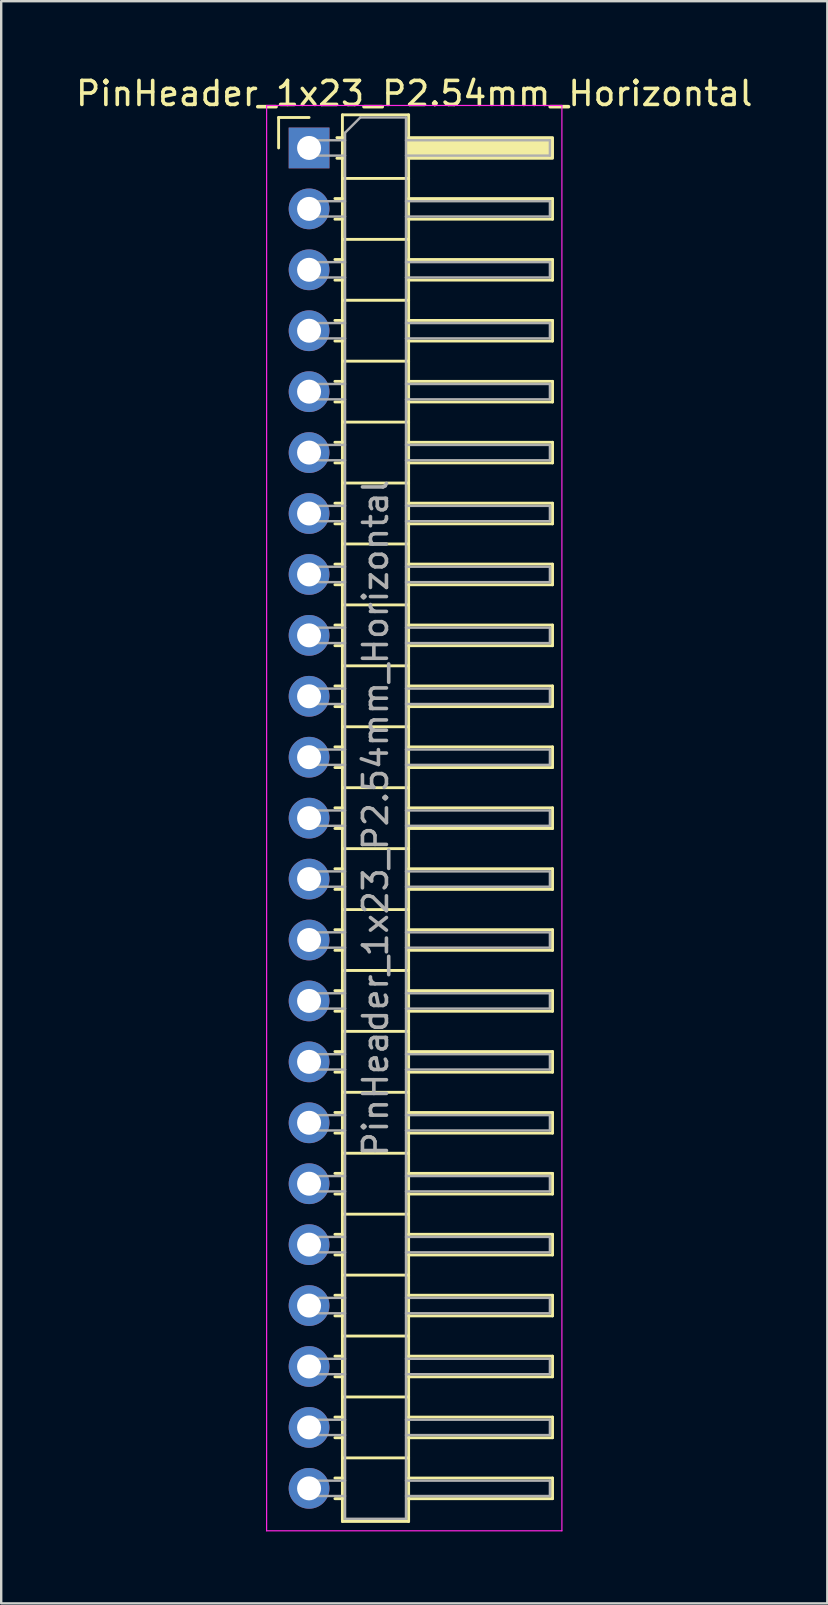
<source format=kicad_pcb>
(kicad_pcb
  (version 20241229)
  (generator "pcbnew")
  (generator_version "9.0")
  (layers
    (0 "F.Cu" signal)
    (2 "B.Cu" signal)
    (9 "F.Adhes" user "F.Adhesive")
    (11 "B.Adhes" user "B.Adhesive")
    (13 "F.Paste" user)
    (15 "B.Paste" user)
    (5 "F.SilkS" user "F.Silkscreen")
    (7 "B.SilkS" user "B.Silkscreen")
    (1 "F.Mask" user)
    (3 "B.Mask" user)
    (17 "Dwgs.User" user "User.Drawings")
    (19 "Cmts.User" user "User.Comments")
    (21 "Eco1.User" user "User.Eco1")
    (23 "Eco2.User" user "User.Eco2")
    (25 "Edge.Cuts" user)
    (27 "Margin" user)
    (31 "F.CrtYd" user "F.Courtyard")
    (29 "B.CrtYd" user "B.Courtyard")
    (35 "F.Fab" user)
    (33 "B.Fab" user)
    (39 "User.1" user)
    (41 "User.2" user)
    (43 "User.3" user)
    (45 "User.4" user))
  (footprint "PinHeader_1x23_P2.54mm_Horizontal"
    (layer "F.Cu")
    (at 9.835 3.118)
    (property "Reference" "PinHeader_1x23_P2.54mm_Horizontal" (at 4.385 -2.27 0) (layer "F.SilkS") (effects (font (size 1 1) (thickness 0.15))))
    (attr through_hole)
    (fp_line (start -1.27 -1.27) (end 0 -1.27) (stroke (width 0.12) (type solid)) (layer "F.SilkS"))
    (fp_line (start -1.27 0) (end -1.27 -1.27) (stroke (width 0.12) (type solid)) (layer "F.SilkS"))
    (fp_line (start 1.077 2.11) (end 1.39 2.11) (stroke (width 0.12) (type solid)) (layer "F.SilkS"))
    (fp_line (start 1.077 2.97) (end 1.39 2.97) (stroke (width 0.12) (type solid)) (layer "F.SilkS"))
    (fp_line (start 1.077 4.65) (end 1.39 4.65) (stroke (width 0.12) (type solid)) (layer "F.SilkS"))
    (fp_line (start 1.077 5.51) (end 1.39 5.51) (stroke (width 0.12) (type solid)) (layer "F.SilkS"))
    (fp_line (start 1.077 7.19) (end 1.39 7.19) (stroke (width 0.12) (type solid)) (layer "F.SilkS"))
    (fp_line (start 1.077 8.05) (end 1.39 8.05) (stroke (width 0.12) (type solid)) (layer "F.SilkS"))
    (fp_line (start 1.077 9.73) (end 1.39 9.73) (stroke (width 0.12) (type solid)) (layer "F.SilkS"))
    (fp_line (start 1.077 10.59) (end 1.39 10.59) (stroke (width 0.12) (type solid)) (layer "F.SilkS"))
    (fp_line (start 1.077 12.27) (end 1.39 12.27) (stroke (width 0.12) (type solid)) (layer "F.SilkS"))
    (fp_line (start 1.077 13.13) (end 1.39 13.13) (stroke (width 0.12) (type solid)) (layer "F.SilkS"))
    (fp_line (start 1.077 14.81) (end 1.39 14.81) (stroke (width 0.12) (type solid)) (layer "F.SilkS"))
    (fp_line (start 1.077 15.67) (end 1.39 15.67) (stroke (width 0.12) (type solid)) (layer "F.SilkS"))
    (fp_line (start 1.077 17.35) (end 1.39 17.35) (stroke (width 0.12) (type solid)) (layer "F.SilkS"))
    (fp_line (start 1.077 18.21) (end 1.39 18.21) (stroke (width 0.12) (type solid)) (layer "F.SilkS"))
    (fp_line (start 1.077 19.89) (end 1.39 19.89) (stroke (width 0.12) (type solid)) (layer "F.SilkS"))
    (fp_line (start 1.077 20.75) (end 1.39 20.75) (stroke (width 0.12) (type solid)) (layer "F.SilkS"))
    (fp_line (start 1.077 22.43) (end 1.39 22.43) (stroke (width 0.12) (type solid)) (layer "F.SilkS"))
    (fp_line (start 1.077 23.29) (end 1.39 23.29) (stroke (width 0.12) (type solid)) (layer "F.SilkS"))
    (fp_line (start 1.077 24.97) (end 1.39 24.97) (stroke (width 0.12) (type solid)) (layer "F.SilkS"))
    (fp_line (start 1.077 25.83) (end 1.39 25.83) (stroke (width 0.12) (type solid)) (layer "F.SilkS"))
    (fp_line (start 1.077 27.51) (end 1.39 27.51) (stroke (width 0.12) (type solid)) (layer "F.SilkS"))
    (fp_line (start 1.077 28.37) (end 1.39 28.37) (stroke (width 0.12) (type solid)) (layer "F.SilkS"))
    (fp_line (start 1.077 30.05) (end 1.39 30.05) (stroke (width 0.12) (type solid)) (layer "F.SilkS"))
    (fp_line (start 1.077 30.91) (end 1.39 30.91) (stroke (width 0.12) (type solid)) (layer "F.SilkS"))
    (fp_line (start 1.077 32.59) (end 1.39 32.59) (stroke (width 0.12) (type solid)) (layer "F.SilkS"))
    (fp_line (start 1.077 33.45) (end 1.39 33.45) (stroke (width 0.12) (type solid)) (layer "F.SilkS"))
    (fp_line (start 1.077 35.13) (end 1.39 35.13) (stroke (width 0.12) (type solid)) (layer "F.SilkS"))
    (fp_line (start 1.077 35.99) (end 1.39 35.99) (stroke (width 0.12) (type solid)) (layer "F.SilkS"))
    (fp_line (start 1.077 37.67) (end 1.39 37.67) (stroke (width 0.12) (type solid)) (layer "F.SilkS"))
    (fp_line (start 1.077 38.53) (end 1.39 38.53) (stroke (width 0.12) (type solid)) (layer "F.SilkS"))
    (fp_line (start 1.077 40.21) (end 1.39 40.21) (stroke (width 0.12) (type solid)) (layer "F.SilkS"))
    (fp_line (start 1.077 41.07) (end 1.39 41.07) (stroke (width 0.12) (type solid)) (layer "F.SilkS"))
    (fp_line (start 1.077 42.75) (end 1.39 42.75) (stroke (width 0.12) (type solid)) (layer "F.SilkS"))
    (fp_line (start 1.077 43.61) (end 1.39 43.61) (stroke (width 0.12) (type solid)) (layer "F.SilkS"))
    (fp_line (start 1.077 45.29) (end 1.39 45.29) (stroke (width 0.12) (type solid)) (layer "F.SilkS"))
    (fp_line (start 1.077 46.15) (end 1.39 46.15) (stroke (width 0.12) (type solid)) (layer "F.SilkS"))
    (fp_line (start 1.077 47.83) (end 1.39 47.83) (stroke (width 0.12) (type solid)) (layer "F.SilkS"))
    (fp_line (start 1.077 48.69) (end 1.39 48.69) (stroke (width 0.12) (type solid)) (layer "F.SilkS"))
    (fp_line (start 1.077 50.37) (end 1.39 50.37) (stroke (width 0.12) (type solid)) (layer "F.SilkS"))
    (fp_line (start 1.077 51.23) (end 1.39 51.23) (stroke (width 0.12) (type solid)) (layer "F.SilkS"))
    (fp_line (start 1.077 52.91) (end 1.39 52.91) (stroke (width 0.12) (type solid)) (layer "F.SilkS"))
    (fp_line (start 1.077 53.77) (end 1.39 53.77) (stroke (width 0.12) (type solid)) (layer "F.SilkS"))
    (fp_line (start 1.077 55.45) (end 1.39 55.45) (stroke (width 0.12) (type solid)) (layer "F.SilkS"))
    (fp_line (start 1.077 56.31) (end 1.39 56.31) (stroke (width 0.12) (type solid)) (layer "F.SilkS"))
    (fp_line (start 1.16 -0.43) (end 1.39 -0.43) (stroke (width 0.12) (type solid)) (layer "F.SilkS"))
    (fp_line (start 1.16 0.43) (end 1.39 0.43) (stroke (width 0.12) (type solid)) (layer "F.SilkS"))
    (fp_line (start 1.39 -1.38) (end 1.39 57.26) (stroke (width 0.12) (type solid)) (layer "F.SilkS"))
    (fp_line (start 1.39 1.27) (end 4.15 1.27) (stroke (width 0.12) (type solid)) (layer "F.SilkS"))
    (fp_line (start 1.39 3.81) (end 4.15 3.81) (stroke (width 0.12) (type solid)) (layer "F.SilkS"))
    (fp_line (start 1.39 6.35) (end 4.15 6.35) (stroke (width 0.12) (type solid)) (layer "F.SilkS"))
    (fp_line (start 1.39 8.89) (end 4.15 8.89) (stroke (width 0.12) (type solid)) (layer "F.SilkS"))
    (fp_line (start 1.39 11.43) (end 4.15 11.43) (stroke (width 0.12) (type solid)) (layer "F.SilkS"))
    (fp_line (start 1.39 13.97) (end 4.15 13.97) (stroke (width 0.12) (type solid)) (layer "F.SilkS"))
    (fp_line (start 1.39 16.51) (end 4.15 16.51) (stroke (width 0.12) (type solid)) (layer "F.SilkS"))
    (fp_line (start 1.39 19.05) (end 4.15 19.05) (stroke (width 0.12) (type solid)) (layer "F.SilkS"))
    (fp_line (start 1.39 21.59) (end 4.15 21.59) (stroke (width 0.12) (type solid)) (layer "F.SilkS"))
    (fp_line (start 1.39 24.13) (end 4.15 24.13) (stroke (width 0.12) (type solid)) (layer "F.SilkS"))
    (fp_line (start 1.39 26.67) (end 4.15 26.67) (stroke (width 0.12) (type solid)) (layer "F.SilkS"))
    (fp_line (start 1.39 29.21) (end 4.15 29.21) (stroke (width 0.12) (type solid)) (layer "F.SilkS"))
    (fp_line (start 1.39 31.75) (end 4.15 31.75) (stroke (width 0.12) (type solid)) (layer "F.SilkS"))
    (fp_line (start 1.39 34.29) (end 4.15 34.29) (stroke (width 0.12) (type solid)) (layer "F.SilkS"))
    (fp_line (start 1.39 36.83) (end 4.15 36.83) (stroke (width 0.12) (type solid)) (layer "F.SilkS"))
    (fp_line (start 1.39 39.37) (end 4.15 39.37) (stroke (width 0.12) (type solid)) (layer "F.SilkS"))
    (fp_line (start 1.39 41.91) (end 4.15 41.91) (stroke (width 0.12) (type solid)) (layer "F.SilkS"))
    (fp_line (start 1.39 44.45) (end 4.15 44.45) (stroke (width 0.12) (type solid)) (layer "F.SilkS"))
    (fp_line (start 1.39 46.99) (end 4.15 46.99) (stroke (width 0.12) (type solid)) (layer "F.SilkS"))
    (fp_line (start 1.39 49.53) (end 4.15 49.53) (stroke (width 0.12) (type solid)) (layer "F.SilkS"))
    (fp_line (start 1.39 52.07) (end 4.15 52.07) (stroke (width 0.12) (type solid)) (layer "F.SilkS"))
    (fp_line (start 1.39 54.61) (end 4.15 54.61) (stroke (width 0.12) (type solid)) (layer "F.SilkS"))
    (fp_line (start 1.39 57.26) (end 4.15 57.26) (stroke (width 0.12) (type solid)) (layer "F.SilkS"))
    (fp_line (start 4.15 -1.38) (end 1.39 -1.38) (stroke (width 0.12) (type solid)) (layer "F.SilkS"))
    (fp_line (start 4.15 2.11) (end 10.15 2.11) (stroke (width 0.12) (type solid)) (layer "F.SilkS"))
    (fp_line (start 4.15 4.65) (end 10.15 4.65) (stroke (width 0.12) (type solid)) (layer "F.SilkS"))
    (fp_line (start 4.15 7.19) (end 10.15 7.19) (stroke (width 0.12) (type solid)) (layer "F.SilkS"))
    (fp_line (start 4.15 9.73) (end 10.15 9.73) (stroke (width 0.12) (type solid)) (layer "F.SilkS"))
    (fp_line (start 4.15 12.27) (end 10.15 12.27) (stroke (width 0.12) (type solid)) (layer "F.SilkS"))
    (fp_line (start 4.15 14.81) (end 10.15 14.81) (stroke (width 0.12) (type solid)) (layer "F.SilkS"))
    (fp_line (start 4.15 17.35) (end 10.15 17.35) (stroke (width 0.12) (type solid)) (layer "F.SilkS"))
    (fp_line (start 4.15 19.89) (end 10.15 19.89) (stroke (width 0.12) (type solid)) (layer "F.SilkS"))
    (fp_line (start 4.15 22.43) (end 10.15 22.43) (stroke (width 0.12) (type solid)) (layer "F.SilkS"))
    (fp_line (start 4.15 24.97) (end 10.15 24.97) (stroke (width 0.12) (type solid)) (layer "F.SilkS"))
    (fp_line (start 4.15 27.51) (end 10.15 27.51) (stroke (width 0.12) (type solid)) (layer "F.SilkS"))
    (fp_line (start 4.15 30.05) (end 10.15 30.05) (stroke (width 0.12) (type solid)) (layer "F.SilkS"))
    (fp_line (start 4.15 32.59) (end 10.15 32.59) (stroke (width 0.12) (type solid)) (layer "F.SilkS"))
    (fp_line (start 4.15 35.13) (end 10.15 35.13) (stroke (width 0.12) (type solid)) (layer "F.SilkS"))
    (fp_line (start 4.15 37.67) (end 10.15 37.67) (stroke (width 0.12) (type solid)) (layer "F.SilkS"))
    (fp_line (start 4.15 40.21) (end 10.15 40.21) (stroke (width 0.12) (type solid)) (layer "F.SilkS"))
    (fp_line (start 4.15 42.75) (end 10.15 42.75) (stroke (width 0.12) (type solid)) (layer "F.SilkS"))
    (fp_line (start 4.15 45.29) (end 10.15 45.29) (stroke (width 0.12) (type solid)) (layer "F.SilkS"))
    (fp_line (start 4.15 47.83) (end 10.15 47.83) (stroke (width 0.12) (type solid)) (layer "F.SilkS"))
    (fp_line (start 4.15 50.37) (end 10.15 50.37) (stroke (width 0.12) (type solid)) (layer "F.SilkS"))
    (fp_line (start 4.15 52.91) (end 10.15 52.91) (stroke (width 0.12) (type solid)) (layer "F.SilkS"))
    (fp_line (start 4.15 55.45) (end 10.15 55.45) (stroke (width 0.12) (type solid)) (layer "F.SilkS"))
    (fp_line (start 4.15 57.26) (end 4.15 -1.38) (stroke (width 0.12) (type solid)) (layer "F.SilkS"))
    (fp_line (start 10.15 2.11) (end 10.15 2.97) (stroke (width 0.12) (type solid)) (layer "F.SilkS"))
    (fp_line (start 10.15 2.97) (end 4.15 2.97) (stroke (width 0.12) (type solid)) (layer "F.SilkS"))
    (fp_line (start 10.15 4.65) (end 10.15 5.51) (stroke (width 0.12) (type solid)) (layer "F.SilkS"))
    (fp_line (start 10.15 5.51) (end 4.15 5.51) (stroke (width 0.12) (type solid)) (layer "F.SilkS"))
    (fp_line (start 10.15 7.19) (end 10.15 8.05) (stroke (width 0.12) (type solid)) (layer "F.SilkS"))
    (fp_line (start 10.15 8.05) (end 4.15 8.05) (stroke (width 0.12) (type solid)) (layer "F.SilkS"))
    (fp_line (start 10.15 9.73) (end 10.15 10.59) (stroke (width 0.12) (type solid)) (layer "F.SilkS"))
    (fp_line (start 10.15 10.59) (end 4.15 10.59) (stroke (width 0.12) (type solid)) (layer "F.SilkS"))
    (fp_line (start 10.15 12.27) (end 10.15 13.13) (stroke (width 0.12) (type solid)) (layer "F.SilkS"))
    (fp_line (start 10.15 13.13) (end 4.15 13.13) (stroke (width 0.12) (type solid)) (layer "F.SilkS"))
    (fp_line (start 10.15 14.81) (end 10.15 15.67) (stroke (width 0.12) (type solid)) (layer "F.SilkS"))
    (fp_line (start 10.15 15.67) (end 4.15 15.67) (stroke (width 0.12) (type solid)) (layer "F.SilkS"))
    (fp_line (start 10.15 17.35) (end 10.15 18.21) (stroke (width 0.12) (type solid)) (layer "F.SilkS"))
    (fp_line (start 10.15 18.21) (end 4.15 18.21) (stroke (width 0.12) (type solid)) (layer "F.SilkS"))
    (fp_line (start 10.15 19.89) (end 10.15 20.75) (stroke (width 0.12) (type solid)) (layer "F.SilkS"))
    (fp_line (start 10.15 20.75) (end 4.15 20.75) (stroke (width 0.12) (type solid)) (layer "F.SilkS"))
    (fp_line (start 10.15 22.43) (end 10.15 23.29) (stroke (width 0.12) (type solid)) (layer "F.SilkS"))
    (fp_line (start 10.15 23.29) (end 4.15 23.29) (stroke (width 0.12) (type solid)) (layer "F.SilkS"))
    (fp_line (start 10.15 24.97) (end 10.15 25.83) (stroke (width 0.12) (type solid)) (layer "F.SilkS"))
    (fp_line (start 10.15 25.83) (end 4.15 25.83) (stroke (width 0.12) (type solid)) (layer "F.SilkS"))
    (fp_line (start 10.15 27.51) (end 10.15 28.37) (stroke (width 0.12) (type solid)) (layer "F.SilkS"))
    (fp_line (start 10.15 28.37) (end 4.15 28.37) (stroke (width 0.12) (type solid)) (layer "F.SilkS"))
    (fp_line (start 10.15 30.05) (end 10.15 30.91) (stroke (width 0.12) (type solid)) (layer "F.SilkS"))
    (fp_line (start 10.15 30.91) (end 4.15 30.91) (stroke (width 0.12) (type solid)) (layer "F.SilkS"))
    (fp_line (start 10.15 32.59) (end 10.15 33.45) (stroke (width 0.12) (type solid)) (layer "F.SilkS"))
    (fp_line (start 10.15 33.45) (end 4.15 33.45) (stroke (width 0.12) (type solid)) (layer "F.SilkS"))
    (fp_line (start 10.15 35.13) (end 10.15 35.99) (stroke (width 0.12) (type solid)) (layer "F.SilkS"))
    (fp_line (start 10.15 35.99) (end 4.15 35.99) (stroke (width 0.12) (type solid)) (layer "F.SilkS"))
    (fp_line (start 10.15 37.67) (end 10.15 38.53) (stroke (width 0.12) (type solid)) (layer "F.SilkS"))
    (fp_line (start 10.15 38.53) (end 4.15 38.53) (stroke (width 0.12) (type solid)) (layer "F.SilkS"))
    (fp_line (start 10.15 40.21) (end 10.15 41.07) (stroke (width 0.12) (type solid)) (layer "F.SilkS"))
    (fp_line (start 10.15 41.07) (end 4.15 41.07) (stroke (width 0.12) (type solid)) (layer "F.SilkS"))
    (fp_line (start 10.15 42.75) (end 10.15 43.61) (stroke (width 0.12) (type solid)) (layer "F.SilkS"))
    (fp_line (start 10.15 43.61) (end 4.15 43.61) (stroke (width 0.12) (type solid)) (layer "F.SilkS"))
    (fp_line (start 10.15 45.29) (end 10.15 46.15) (stroke (width 0.12) (type solid)) (layer "F.SilkS"))
    (fp_line (start 10.15 46.15) (end 4.15 46.15) (stroke (width 0.12) (type solid)) (layer "F.SilkS"))
    (fp_line (start 10.15 47.83) (end 10.15 48.69) (stroke (width 0.12) (type solid)) (layer "F.SilkS"))
    (fp_line (start 10.15 48.69) (end 4.15 48.69) (stroke (width 0.12) (type solid)) (layer "F.SilkS"))
    (fp_line (start 10.15 50.37) (end 10.15 51.23) (stroke (width 0.12) (type solid)) (layer "F.SilkS"))
    (fp_line (start 10.15 51.23) (end 4.15 51.23) (stroke (width 0.12) (type solid)) (layer "F.SilkS"))
    (fp_line (start 10.15 52.91) (end 10.15 53.77) (stroke (width 0.12) (type solid)) (layer "F.SilkS"))
    (fp_line (start 10.15 53.77) (end 4.15 53.77) (stroke (width 0.12) (type solid)) (layer "F.SilkS"))
    (fp_line (start 10.15 55.45) (end 10.15 56.31) (stroke (width 0.12) (type solid)) (layer "F.SilkS"))
    (fp_line (start 10.15 56.31) (end 4.15 56.31) (stroke (width 0.12) (type solid)) (layer "F.SilkS"))
    (fp_rect (start 4.15 -0.43) (end 10.15 0.43) (stroke (width 0.12) (type solid)) (fill yes) (layer "F.SilkS"))
    (fp_line (start -1.77 -1.77) (end -1.77 57.65) (stroke (width 0.05) (type solid)) (layer "F.CrtYd"))
    (fp_line (start -1.77 57.65) (end 10.54 57.65) (stroke (width 0.05) (type solid)) (layer "F.CrtYd"))
    (fp_line (start 10.54 -1.77) (end -1.77 -1.77) (stroke (width 0.05) (type solid)) (layer "F.CrtYd"))
    (fp_line (start 10.54 57.65) (end 10.54 -1.77) (stroke (width 0.05) (type solid)) (layer "F.CrtYd"))
    (fp_line (start -0.32 -0.32) (end -0.32 0.32) (stroke (width 0.1) (type solid)) (layer "F.Fab"))
    (fp_line (start -0.32 -0.32) (end 1.5 -0.32) (stroke (width 0.1) (type solid)) (layer "F.Fab"))
    (fp_line (start -0.32 0.32) (end 1.5 0.32) (stroke (width 0.1) (type solid)) (layer "F.Fab"))
    (fp_line (start -0.32 2.22) (end -0.32 2.86) (stroke (width 0.1) (type solid)) (layer "F.Fab"))
    (fp_line (start -0.32 2.22) (end 1.5 2.22) (stroke (width 0.1) (type solid)) (layer "F.Fab"))
    (fp_line (start -0.32 2.86) (end 1.5 2.86) (stroke (width 0.1) (type solid)) (layer "F.Fab"))
    (fp_line (start -0.32 4.76) (end -0.32 5.4) (stroke (width 0.1) (type solid)) (layer "F.Fab"))
    (fp_line (start -0.32 4.76) (end 1.5 4.76) (stroke (width 0.1) (type solid)) (layer "F.Fab"))
    (fp_line (start -0.32 5.4) (end 1.5 5.4) (stroke (width 0.1) (type solid)) (layer "F.Fab"))
    (fp_line (start -0.32 7.3) (end -0.32 7.94) (stroke (width 0.1) (type solid)) (layer "F.Fab"))
    (fp_line (start -0.32 7.3) (end 1.5 7.3) (stroke (width 0.1) (type solid)) (layer "F.Fab"))
    (fp_line (start -0.32 7.94) (end 1.5 7.94) (stroke (width 0.1) (type solid)) (layer "F.Fab"))
    (fp_line (start -0.32 9.84) (end -0.32 10.48) (stroke (width 0.1) (type solid)) (layer "F.Fab"))
    (fp_line (start -0.32 9.84) (end 1.5 9.84) (stroke (width 0.1) (type solid)) (layer "F.Fab"))
    (fp_line (start -0.32 10.48) (end 1.5 10.48) (stroke (width 0.1) (type solid)) (layer "F.Fab"))
    (fp_line (start -0.32 12.38) (end -0.32 13.02) (stroke (width 0.1) (type solid)) (layer "F.Fab"))
    (fp_line (start -0.32 12.38) (end 1.5 12.38) (stroke (width 0.1) (type solid)) (layer "F.Fab"))
    (fp_line (start -0.32 13.02) (end 1.5 13.02) (stroke (width 0.1) (type solid)) (layer "F.Fab"))
    (fp_line (start -0.32 14.92) (end -0.32 15.56) (stroke (width 0.1) (type solid)) (layer "F.Fab"))
    (fp_line (start -0.32 14.92) (end 1.5 14.92) (stroke (width 0.1) (type solid)) (layer "F.Fab"))
    (fp_line (start -0.32 15.56) (end 1.5 15.56) (stroke (width 0.1) (type solid)) (layer "F.Fab"))
    (fp_line (start -0.32 17.46) (end -0.32 18.1) (stroke (width 0.1) (type solid)) (layer "F.Fab"))
    (fp_line (start -0.32 17.46) (end 1.5 17.46) (stroke (width 0.1) (type solid)) (layer "F.Fab"))
    (fp_line (start -0.32 18.1) (end 1.5 18.1) (stroke (width 0.1) (type solid)) (layer "F.Fab"))
    (fp_line (start -0.32 20) (end -0.32 20.64) (stroke (width 0.1) (type solid)) (layer "F.Fab"))
    (fp_line (start -0.32 20) (end 1.5 20) (stroke (width 0.1) (type solid)) (layer "F.Fab"))
    (fp_line (start -0.32 20.64) (end 1.5 20.64) (stroke (width 0.1) (type solid)) (layer "F.Fab"))
    (fp_line (start -0.32 22.54) (end -0.32 23.18) (stroke (width 0.1) (type solid)) (layer "F.Fab"))
    (fp_line (start -0.32 22.54) (end 1.5 22.54) (stroke (width 0.1) (type solid)) (layer "F.Fab"))
    (fp_line (start -0.32 23.18) (end 1.5 23.18) (stroke (width 0.1) (type solid)) (layer "F.Fab"))
    (fp_line (start -0.32 25.08) (end -0.32 25.72) (stroke (width 0.1) (type solid)) (layer "F.Fab"))
    (fp_line (start -0.32 25.08) (end 1.5 25.08) (stroke (width 0.1) (type solid)) (layer "F.Fab"))
    (fp_line (start -0.32 25.72) (end 1.5 25.72) (stroke (width 0.1) (type solid)) (layer "F.Fab"))
    (fp_line (start -0.32 27.62) (end -0.32 28.26) (stroke (width 0.1) (type solid)) (layer "F.Fab"))
    (fp_line (start -0.32 27.62) (end 1.5 27.62) (stroke (width 0.1) (type solid)) (layer "F.Fab"))
    (fp_line (start -0.32 28.26) (end 1.5 28.26) (stroke (width 0.1) (type solid)) (layer "F.Fab"))
    (fp_line (start -0.32 30.16) (end -0.32 30.8) (stroke (width 0.1) (type solid)) (layer "F.Fab"))
    (fp_line (start -0.32 30.16) (end 1.5 30.16) (stroke (width 0.1) (type solid)) (layer "F.Fab"))
    (fp_line (start -0.32 30.8) (end 1.5 30.8) (stroke (width 0.1) (type solid)) (layer "F.Fab"))
    (fp_line (start -0.32 32.7) (end -0.32 33.34) (stroke (width 0.1) (type solid)) (layer "F.Fab"))
    (fp_line (start -0.32 32.7) (end 1.5 32.7) (stroke (width 0.1) (type solid)) (layer "F.Fab"))
    (fp_line (start -0.32 33.34) (end 1.5 33.34) (stroke (width 0.1) (type solid)) (layer "F.Fab"))
    (fp_line (start -0.32 35.24) (end -0.32 35.88) (stroke (width 0.1) (type solid)) (layer "F.Fab"))
    (fp_line (start -0.32 35.24) (end 1.5 35.24) (stroke (width 0.1) (type solid)) (layer "F.Fab"))
    (fp_line (start -0.32 35.88) (end 1.5 35.88) (stroke (width 0.1) (type solid)) (layer "F.Fab"))
    (fp_line (start -0.32 37.78) (end -0.32 38.42) (stroke (width 0.1) (type solid)) (layer "F.Fab"))
    (fp_line (start -0.32 37.78) (end 1.5 37.78) (stroke (width 0.1) (type solid)) (layer "F.Fab"))
    (fp_line (start -0.32 38.42) (end 1.5 38.42) (stroke (width 0.1) (type solid)) (layer "F.Fab"))
    (fp_line (start -0.32 40.32) (end -0.32 40.96) (stroke (width 0.1) (type solid)) (layer "F.Fab"))
    (fp_line (start -0.32 40.32) (end 1.5 40.32) (stroke (width 0.1) (type solid)) (layer "F.Fab"))
    (fp_line (start -0.32 40.96) (end 1.5 40.96) (stroke (width 0.1) (type solid)) (layer "F.Fab"))
    (fp_line (start -0.32 42.86) (end -0.32 43.5) (stroke (width 0.1) (type solid)) (layer "F.Fab"))
    (fp_line (start -0.32 42.86) (end 1.5 42.86) (stroke (width 0.1) (type solid)) (layer "F.Fab"))
    (fp_line (start -0.32 43.5) (end 1.5 43.5) (stroke (width 0.1) (type solid)) (layer "F.Fab"))
    (fp_line (start -0.32 45.4) (end -0.32 46.04) (stroke (width 0.1) (type solid)) (layer "F.Fab"))
    (fp_line (start -0.32 45.4) (end 1.5 45.4) (stroke (width 0.1) (type solid)) (layer "F.Fab"))
    (fp_line (start -0.32 46.04) (end 1.5 46.04) (stroke (width 0.1) (type solid)) (layer "F.Fab"))
    (fp_line (start -0.32 47.94) (end -0.32 48.58) (stroke (width 0.1) (type solid)) (layer "F.Fab"))
    (fp_line (start -0.32 47.94) (end 1.5 47.94) (stroke (width 0.1) (type solid)) (layer "F.Fab"))
    (fp_line (start -0.32 48.58) (end 1.5 48.58) (stroke (width 0.1) (type solid)) (layer "F.Fab"))
    (fp_line (start -0.32 50.48) (end -0.32 51.12) (stroke (width 0.1) (type solid)) (layer "F.Fab"))
    (fp_line (start -0.32 50.48) (end 1.5 50.48) (stroke (width 0.1) (type solid)) (layer "F.Fab"))
    (fp_line (start -0.32 51.12) (end 1.5 51.12) (stroke (width 0.1) (type solid)) (layer "F.Fab"))
    (fp_line (start -0.32 53.02) (end -0.32 53.66) (stroke (width 0.1) (type solid)) (layer "F.Fab"))
    (fp_line (start -0.32 53.02) (end 1.5 53.02) (stroke (width 0.1) (type solid)) (layer "F.Fab"))
    (fp_line (start -0.32 53.66) (end 1.5 53.66) (stroke (width 0.1) (type solid)) (layer "F.Fab"))
    (fp_line (start -0.32 55.56) (end -0.32 56.2) (stroke (width 0.1) (type solid)) (layer "F.Fab"))
    (fp_line (start -0.32 55.56) (end 1.5 55.56) (stroke (width 0.1) (type solid)) (layer "F.Fab"))
    (fp_line (start -0.32 56.2) (end 1.5 56.2) (stroke (width 0.1) (type solid)) (layer "F.Fab"))
    (fp_line (start 1.5 -0.635) (end 2.135 -1.27) (stroke (width 0.1) (type solid)) (layer "F.Fab"))
    (fp_line (start 1.5 57.15) (end 1.5 -0.635) (stroke (width 0.1) (type solid)) (layer "F.Fab"))
    (fp_line (start 2.135 -1.27) (end 4.04 -1.27) (stroke (width 0.1) (type solid)) (layer "F.Fab"))
    (fp_line (start 4.04 -1.27) (end 4.04 57.15) (stroke (width 0.1) (type solid)) (layer "F.Fab"))
    (fp_line (start 4.04 -0.32) (end 10.04 -0.32) (stroke (width 0.1) (type solid)) (layer "F.Fab"))
    (fp_line (start 4.04 0.32) (end 10.04 0.32) (stroke (width 0.1) (type solid)) (layer "F.Fab"))
    (fp_line (start 4.04 2.22) (end 10.04 2.22) (stroke (width 0.1) (type solid)) (layer "F.Fab"))
    (fp_line (start 4.04 2.86) (end 10.04 2.86) (stroke (width 0.1) (type solid)) (layer "F.Fab"))
    (fp_line (start 4.04 4.76) (end 10.04 4.76) (stroke (width 0.1) (type solid)) (layer "F.Fab"))
    (fp_line (start 4.04 5.4) (end 10.04 5.4) (stroke (width 0.1) (type solid)) (layer "F.Fab"))
    (fp_line (start 4.04 7.3) (end 10.04 7.3) (stroke (width 0.1) (type solid)) (layer "F.Fab"))
    (fp_line (start 4.04 7.94) (end 10.04 7.94) (stroke (width 0.1) (type solid)) (layer "F.Fab"))
    (fp_line (start 4.04 9.84) (end 10.04 9.84) (stroke (width 0.1) (type solid)) (layer "F.Fab"))
    (fp_line (start 4.04 10.48) (end 10.04 10.48) (stroke (width 0.1) (type solid)) (layer "F.Fab"))
    (fp_line (start 4.04 12.38) (end 10.04 12.38) (stroke (width 0.1) (type solid)) (layer "F.Fab"))
    (fp_line (start 4.04 13.02) (end 10.04 13.02) (stroke (width 0.1) (type solid)) (layer "F.Fab"))
    (fp_line (start 4.04 14.92) (end 10.04 14.92) (stroke (width 0.1) (type solid)) (layer "F.Fab"))
    (fp_line (start 4.04 15.56) (end 10.04 15.56) (stroke (width 0.1) (type solid)) (layer "F.Fab"))
    (fp_line (start 4.04 17.46) (end 10.04 17.46) (stroke (width 0.1) (type solid)) (layer "F.Fab"))
    (fp_line (start 4.04 18.1) (end 10.04 18.1) (stroke (width 0.1) (type solid)) (layer "F.Fab"))
    (fp_line (start 4.04 20) (end 10.04 20) (stroke (width 0.1) (type solid)) (layer "F.Fab"))
    (fp_line (start 4.04 20.64) (end 10.04 20.64) (stroke (width 0.1) (type solid)) (layer "F.Fab"))
    (fp_line (start 4.04 22.54) (end 10.04 22.54) (stroke (width 0.1) (type solid)) (layer "F.Fab"))
    (fp_line (start 4.04 23.18) (end 10.04 23.18) (stroke (width 0.1) (type solid)) (layer "F.Fab"))
    (fp_line (start 4.04 25.08) (end 10.04 25.08) (stroke (width 0.1) (type solid)) (layer "F.Fab"))
    (fp_line (start 4.04 25.72) (end 10.04 25.72) (stroke (width 0.1) (type solid)) (layer "F.Fab"))
    (fp_line (start 4.04 27.62) (end 10.04 27.62) (stroke (width 0.1) (type solid)) (layer "F.Fab"))
    (fp_line (start 4.04 28.26) (end 10.04 28.26) (stroke (width 0.1) (type solid)) (layer "F.Fab"))
    (fp_line (start 4.04 30.16) (end 10.04 30.16) (stroke (width 0.1) (type solid)) (layer "F.Fab"))
    (fp_line (start 4.04 30.8) (end 10.04 30.8) (stroke (width 0.1) (type solid)) (layer "F.Fab"))
    (fp_line (start 4.04 32.7) (end 10.04 32.7) (stroke (width 0.1) (type solid)) (layer "F.Fab"))
    (fp_line (start 4.04 33.34) (end 10.04 33.34) (stroke (width 0.1) (type solid)) (layer "F.Fab"))
    (fp_line (start 4.04 35.24) (end 10.04 35.24) (stroke (width 0.1) (type solid)) (layer "F.Fab"))
    (fp_line (start 4.04 35.88) (end 10.04 35.88) (stroke (width 0.1) (type solid)) (layer "F.Fab"))
    (fp_line (start 4.04 37.78) (end 10.04 37.78) (stroke (width 0.1) (type solid)) (layer "F.Fab"))
    (fp_line (start 4.04 38.42) (end 10.04 38.42) (stroke (width 0.1) (type solid)) (layer "F.Fab"))
    (fp_line (start 4.04 40.32) (end 10.04 40.32) (stroke (width 0.1) (type solid)) (layer "F.Fab"))
    (fp_line (start 4.04 40.96) (end 10.04 40.96) (stroke (width 0.1) (type solid)) (layer "F.Fab"))
    (fp_line (start 4.04 42.86) (end 10.04 42.86) (stroke (width 0.1) (type solid)) (layer "F.Fab"))
    (fp_line (start 4.04 43.5) (end 10.04 43.5) (stroke (width 0.1) (type solid)) (layer "F.Fab"))
    (fp_line (start 4.04 45.4) (end 10.04 45.4) (stroke (width 0.1) (type solid)) (layer "F.Fab"))
    (fp_line (start 4.04 46.04) (end 10.04 46.04) (stroke (width 0.1) (type solid)) (layer "F.Fab"))
    (fp_line (start 4.04 47.94) (end 10.04 47.94) (stroke (width 0.1) (type solid)) (layer "F.Fab"))
    (fp_line (start 4.04 48.58) (end 10.04 48.58) (stroke (width 0.1) (type solid)) (layer "F.Fab"))
    (fp_line (start 4.04 50.48) (end 10.04 50.48) (stroke (width 0.1) (type solid)) (layer "F.Fab"))
    (fp_line (start 4.04 51.12) (end 10.04 51.12) (stroke (width 0.1) (type solid)) (layer "F.Fab"))
    (fp_line (start 4.04 53.02) (end 10.04 53.02) (stroke (width 0.1) (type solid)) (layer "F.Fab"))
    (fp_line (start 4.04 53.66) (end 10.04 53.66) (stroke (width 0.1) (type solid)) (layer "F.Fab"))
    (fp_line (start 4.04 55.56) (end 10.04 55.56) (stroke (width 0.1) (type solid)) (layer "F.Fab"))
    (fp_line (start 4.04 56.2) (end 10.04 56.2) (stroke (width 0.1) (type solid)) (layer "F.Fab"))
    (fp_line (start 4.04 57.15) (end 1.5 57.15) (stroke (width 0.1) (type solid)) (layer "F.Fab"))
    (fp_line (start 10.04 -0.32) (end 10.04 0.32) (stroke (width 0.1) (type solid)) (layer "F.Fab"))
    (fp_line (start 10.04 2.22) (end 10.04 2.86) (stroke (width 0.1) (type solid)) (layer "F.Fab"))
    (fp_line (start 10.04 4.76) (end 10.04 5.4) (stroke (width 0.1) (type solid)) (layer "F.Fab"))
    (fp_line (start 10.04 7.3) (end 10.04 7.94) (stroke (width 0.1) (type solid)) (layer "F.Fab"))
    (fp_line (start 10.04 9.84) (end 10.04 10.48) (stroke (width 0.1) (type solid)) (layer "F.Fab"))
    (fp_line (start 10.04 12.38) (end 10.04 13.02) (stroke (width 0.1) (type solid)) (layer "F.Fab"))
    (fp_line (start 10.04 14.92) (end 10.04 15.56) (stroke (width 0.1) (type solid)) (layer "F.Fab"))
    (fp_line (start 10.04 17.46) (end 10.04 18.1) (stroke (width 0.1) (type solid)) (layer "F.Fab"))
    (fp_line (start 10.04 20) (end 10.04 20.64) (stroke (width 0.1) (type solid)) (layer "F.Fab"))
    (fp_line (start 10.04 22.54) (end 10.04 23.18) (stroke (width 0.1) (type solid)) (layer "F.Fab"))
    (fp_line (start 10.04 25.08) (end 10.04 25.72) (stroke (width 0.1) (type solid)) (layer "F.Fab"))
    (fp_line (start 10.04 27.62) (end 10.04 28.26) (stroke (width 0.1) (type solid)) (layer "F.Fab"))
    (fp_line (start 10.04 30.16) (end 10.04 30.8) (stroke (width 0.1) (type solid)) (layer "F.Fab"))
    (fp_line (start 10.04 32.7) (end 10.04 33.34) (stroke (width 0.1) (type solid)) (layer "F.Fab"))
    (fp_line (start 10.04 35.24) (end 10.04 35.88) (stroke (width 0.1) (type solid)) (layer "F.Fab"))
    (fp_line (start 10.04 37.78) (end 10.04 38.42) (stroke (width 0.1) (type solid)) (layer "F.Fab"))
    (fp_line (start 10.04 40.32) (end 10.04 40.96) (stroke (width 0.1) (type solid)) (layer "F.Fab"))
    (fp_line (start 10.04 42.86) (end 10.04 43.5) (stroke (width 0.1) (type solid)) (layer "F.Fab"))
    (fp_line (start 10.04 45.4) (end 10.04 46.04) (stroke (width 0.1) (type solid)) (layer "F.Fab"))
    (fp_line (start 10.04 47.94) (end 10.04 48.58) (stroke (width 0.1) (type solid)) (layer "F.Fab"))
    (fp_line (start 10.04 50.48) (end 10.04 51.12) (stroke (width 0.1) (type solid)) (layer "F.Fab"))
    (fp_line (start 10.04 53.02) (end 10.04 53.66) (stroke (width 0.1) (type solid)) (layer "F.Fab"))
    (fp_line (start 10.04 55.56) (end 10.04 56.2) (stroke (width 0.1) (type solid)) (layer "F.Fab"))
    (fp_text user "${REFERENCE}" (at 2.77 27.94 90) (layer "F.Fab") (effects (font (size 1 1) (thickness 0.15))))
    (pad "1" thru_hole rect (at 0 0) (size 1.7 1.7) (drill 1) (layers "*.Cu" "*.Mask"))
    (pad "2" thru_hole circle (at 0 2.54) (size 1.7 1.7) (drill 1) (layers "*.Cu" "*.Mask"))
    (pad "3" thru_hole circle (at 0 5.08) (size 1.7 1.7) (drill 1) (layers "*.Cu" "*.Mask"))
    (pad "4" thru_hole circle (at 0 7.62) (size 1.7 1.7) (drill 1) (layers "*.Cu" "*.Mask"))
    (pad "5" thru_hole circle (at 0 10.16) (size 1.7 1.7) (drill 1) (layers "*.Cu" "*.Mask"))
    (pad "6" thru_hole circle (at 0 12.7) (size 1.7 1.7) (drill 1) (layers "*.Cu" "*.Mask"))
    (pad "7" thru_hole circle (at 0 15.24) (size 1.7 1.7) (drill 1) (layers "*.Cu" "*.Mask"))
    (pad "8" thru_hole circle (at 0 17.78) (size 1.7 1.7) (drill 1) (layers "*.Cu" "*.Mask"))
    (pad "9" thru_hole circle (at 0 20.32) (size 1.7 1.7) (drill 1) (layers "*.Cu" "*.Mask"))
    (pad "10" thru_hole circle (at 0 22.86) (size 1.7 1.7) (drill 1) (layers "*.Cu" "*.Mask"))
    (pad "11" thru_hole circle (at 0 25.4) (size 1.7 1.7) (drill 1) (layers "*.Cu" "*.Mask"))
    (pad "12" thru_hole circle (at 0 27.94) (size 1.7 1.7) (drill 1) (layers "*.Cu" "*.Mask"))
    (pad "13" thru_hole circle (at 0 30.48) (size 1.7 1.7) (drill 1) (layers "*.Cu" "*.Mask"))
    (pad "14" thru_hole circle (at 0 33.02) (size 1.7 1.7) (drill 1) (layers "*.Cu" "*.Mask"))
    (pad "15" thru_hole circle (at 0 35.56) (size 1.7 1.7) (drill 1) (layers "*.Cu" "*.Mask"))
    (pad "16" thru_hole circle (at 0 38.1) (size 1.7 1.7) (drill 1) (layers "*.Cu" "*.Mask"))
    (pad "17" thru_hole circle (at 0 40.64) (size 1.7 1.7) (drill 1) (layers "*.Cu" "*.Mask"))
    (pad "18" thru_hole circle (at 0 43.18) (size 1.7 1.7) (drill 1) (layers "*.Cu" "*.Mask"))
    (pad "19" thru_hole circle (at 0 45.72) (size 1.7 1.7) (drill 1) (layers "*.Cu" "*.Mask"))
    (pad "20" thru_hole circle (at 0 48.26) (size 1.7 1.7) (drill 1) (layers "*.Cu" "*.Mask"))
    (pad "21" thru_hole circle (at 0 50.8) (size 1.7 1.7) (drill 1) (layers "*.Cu" "*.Mask"))
    (pad "22" thru_hole circle (at 0 53.34) (size 1.7 1.7) (drill 1) (layers "*.Cu" "*.Mask"))
    (pad "23" thru_hole circle (at 0 55.88) (size 1.7 1.7) (drill 1) (layers "*.Cu" "*.Mask")))
  (gr_rect
    (start -3 -3)
    (end 31.44 63.793)
    (stroke (width 0.1) (type default))
    (fill no)
    (layer "Edge.Cuts")))
</source>
